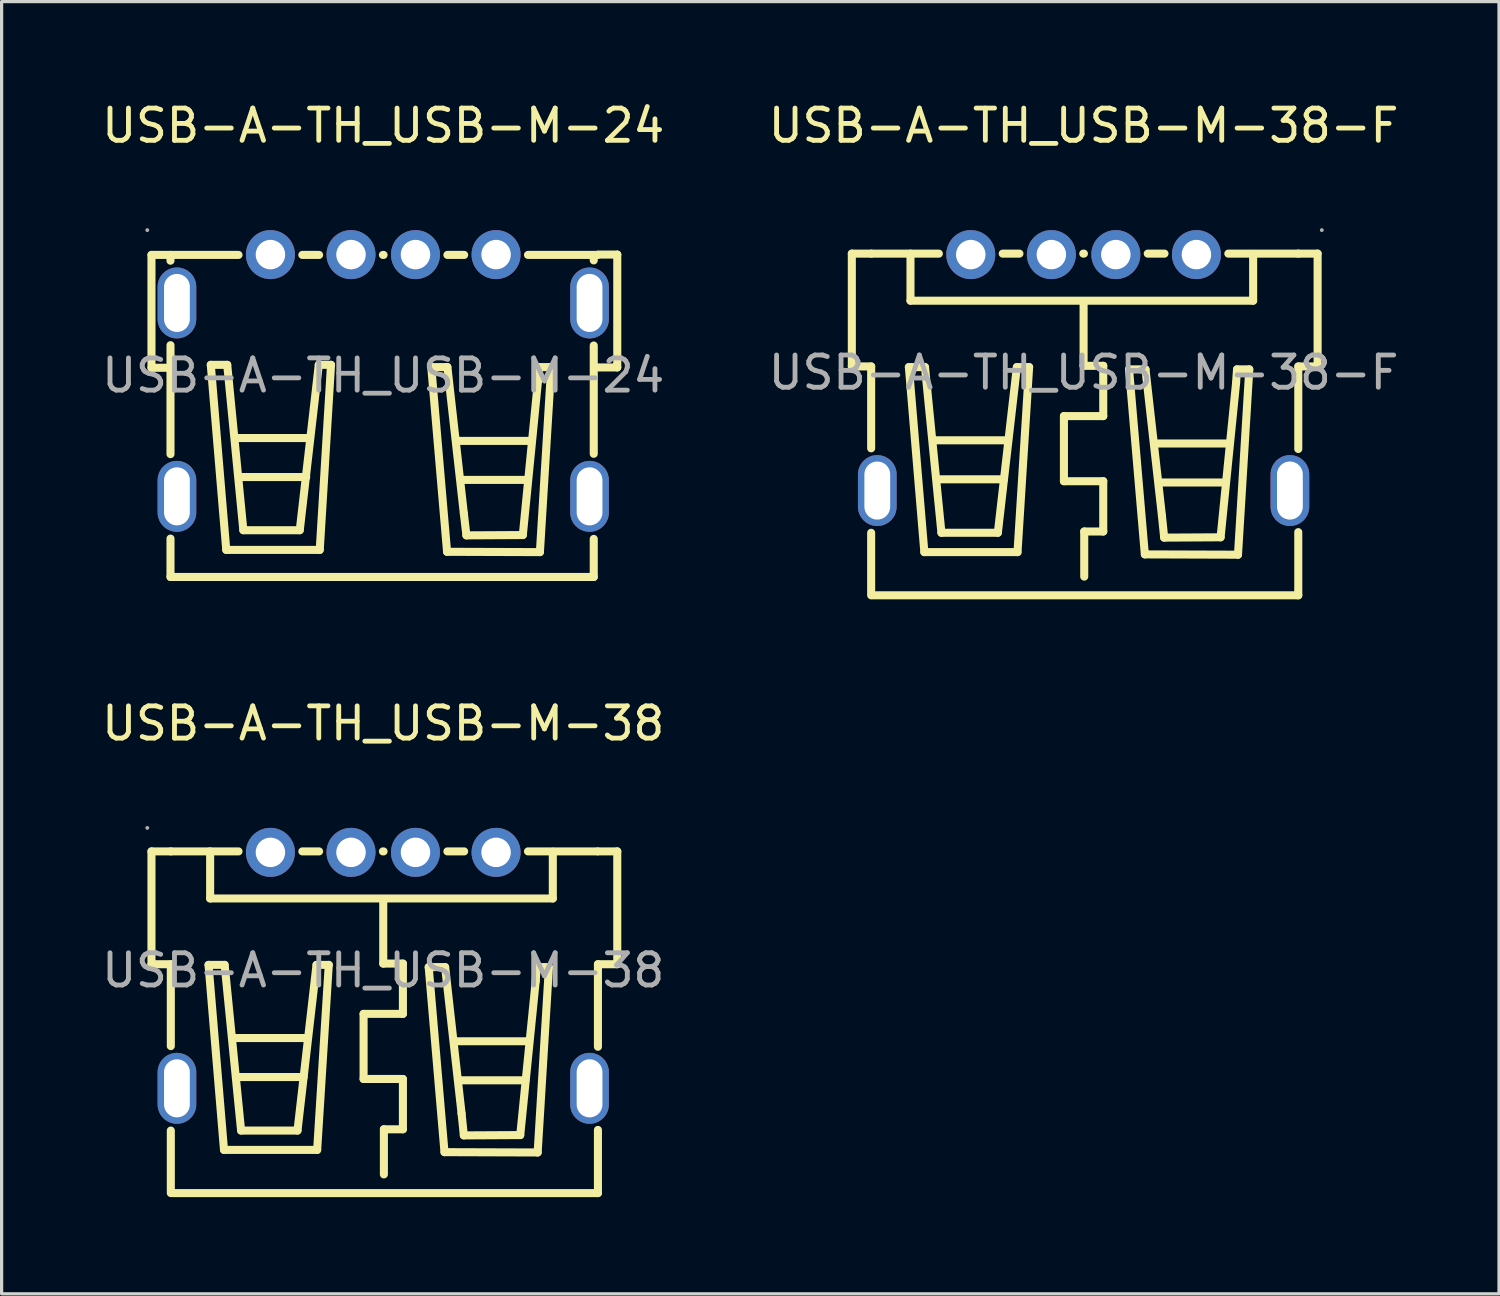
<source format=kicad_pcb>
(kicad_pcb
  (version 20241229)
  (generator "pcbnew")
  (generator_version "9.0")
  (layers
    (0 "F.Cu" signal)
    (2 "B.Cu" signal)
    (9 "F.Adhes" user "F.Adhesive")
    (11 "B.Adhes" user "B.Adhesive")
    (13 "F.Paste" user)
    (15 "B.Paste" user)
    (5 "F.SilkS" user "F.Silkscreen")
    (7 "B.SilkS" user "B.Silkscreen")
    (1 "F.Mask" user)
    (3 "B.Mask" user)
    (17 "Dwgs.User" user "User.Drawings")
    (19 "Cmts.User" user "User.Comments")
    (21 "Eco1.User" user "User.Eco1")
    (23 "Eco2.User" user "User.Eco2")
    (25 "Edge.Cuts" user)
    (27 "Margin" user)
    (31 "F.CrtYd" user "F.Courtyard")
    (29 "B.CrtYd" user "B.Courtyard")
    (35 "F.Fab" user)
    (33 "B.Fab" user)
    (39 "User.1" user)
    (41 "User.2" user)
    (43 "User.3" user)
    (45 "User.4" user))
  (footprint "USB-A-TH_USB-M-38-F"
    (layer "F.Cu")
    (at 30.565 8.508)
    (property "Reference" "USB-A-TH_USB-M-38-F" (at 0 -7.66 0) (layer "F.SilkS") (effects (font (size 1 1) (thickness 0.15))))
    (attr through_hole)
    (fp_line (start -7.19 -0.19) (end -7.19 -3.69) (stroke (width 0.25) (type solid)) (layer "F.SilkS"))
    (fp_line (start -6.59 -3.69) (end -7.19 -3.69) (stroke (width 0.25) (type solid)) (layer "F.SilkS"))
    (fp_line (start -6.59 -3.69) (end -4.49 -3.69) (stroke (width 0.25) (type solid)) (layer "F.SilkS"))
    (fp_line (start -6.59 -0.19) (end -7.19 -0.19) (stroke (width 0.25) (type solid)) (layer "F.SilkS"))
    (fp_line (start -6.59 -0.19) (end -6.59 2.35) (stroke (width 0.25) (type solid)) (layer "F.SilkS"))
    (fp_line (start -6.59 4.97) (end -6.59 6.91) (stroke (width 0.25) (type solid)) (layer "F.SilkS"))
    (fp_line (start -6.54 6.91) (end 6.66 6.91) (stroke (width 0.25) (type solid)) (layer "F.SilkS"))
    (fp_line (start -5.42 -0.17) (end -4.92 -0.17) (stroke (width 0.25) (type solid)) (layer "F.SilkS"))
    (fp_line (start -5.37 -3.66) (end -5.37 -3.69) (stroke (width 0.25) (type solid)) (layer "F.SilkS"))
    (fp_line (start -5.37 -2.23) (end -5.37 -3.66) (stroke (width 0.25) (type solid)) (layer "F.SilkS"))
    (fp_line (start -4.94 5.57) (end -5.42 -0.17) (stroke (width 0.25) (type solid)) (layer "F.SilkS"))
    (fp_line (start -4.92 -0.17) (end -4.41 4.97) (stroke (width 0.25) (type solid)) (layer "F.SilkS"))
    (fp_line (start -4.64 2.1) (end -2.38 2.1) (stroke (width 0.25) (type solid)) (layer "F.SilkS"))
    (fp_line (start -4.5 3.31) (end -2.47 3.31) (stroke (width 0.25) (type solid)) (layer "F.SilkS"))
    (fp_line (start -4.41 4.97) (end -2.66 4.97) (stroke (width 0.25) (type solid)) (layer "F.SilkS"))
    (fp_line (start -2.66 4.97) (end -2.07 -0.17) (stroke (width 0.25) (type solid)) (layer "F.SilkS"))
    (fp_line (start -2.51 -3.69) (end -1.99 -3.69) (stroke (width 0.25) (type solid)) (layer "F.SilkS"))
    (fp_line (start -2.07 -0.17) (end -1.69 -0.17) (stroke (width 0.25) (type solid)) (layer "F.SilkS"))
    (fp_line (start -2.05 5.57) (end -4.94 5.57) (stroke (width 0.25) (type solid)) (layer "F.SilkS"))
    (fp_line (start -1.69 -0.17) (end -2.05 5.57) (stroke (width 0.25) (type solid)) (layer "F.SilkS"))
    (fp_line (start -0.61 1.35) (end -0.61 3.37) (stroke (width 0.25) (type solid)) (layer "F.SilkS"))
    (fp_line (start -0.61 3.37) (end 0.61 3.37) (stroke (width 0.25) (type solid)) (layer "F.SilkS"))
    (fp_line (start -0.01 -3.69) (end 0.01 -3.69) (stroke (width 0.25) (type solid)) (layer "F.SilkS"))
    (fp_line (start 0 -2.21) (end 0 -0.21) (stroke (width 0.25) (type solid)) (layer "F.SilkS"))
    (fp_line (start 0 -0.21) (end 0.61 -0.21) (stroke (width 0.25) (type solid)) (layer "F.SilkS"))
    (fp_line (start 0.02 4.93) (end 0.02 6.33) (stroke (width 0.25) (type solid)) (layer "F.SilkS"))
    (fp_line (start 0.61 -0.21) (end 0.61 1.35) (stroke (width 0.25) (type solid)) (layer "F.SilkS"))
    (fp_line (start 0.61 1.35) (end -0.61 1.35) (stroke (width 0.25) (type solid)) (layer "F.SilkS"))
    (fp_line (start 0.61 3.37) (end 0.61 4.93) (stroke (width 0.25) (type solid)) (layer "F.SilkS"))
    (fp_line (start 0.61 4.93) (end 0.02 4.93) (stroke (width 0.25) (type solid)) (layer "F.SilkS"))
    (fp_line (start 1.41 -0.1) (end 1.92 -0.1) (stroke (width 0.25) (type solid)) (layer "F.SilkS"))
    (fp_line (start 1.9 5.64) (end 1.41 -0.1) (stroke (width 0.25) (type solid)) (layer "F.SilkS"))
    (fp_line (start 1.92 -0.1) (end 2.43 4.44) (stroke (width 0.25) (type solid)) (layer "F.SilkS"))
    (fp_line (start 1.99 -3.69) (end 2.51 -3.69) (stroke (width 0.25) (type solid)) (layer "F.SilkS"))
    (fp_line (start 2.24 2.2) (end 4.5 2.2) (stroke (width 0.25) (type solid)) (layer "F.SilkS"))
    (fp_line (start 2.38 3.41) (end 4.41 3.41) (stroke (width 0.25) (type solid)) (layer "F.SilkS"))
    (fp_line (start 2.43 4.44) (end 2.5 5.12) (stroke (width 0.25) (type solid)) (layer "F.SilkS"))
    (fp_line (start 2.5 5.12) (end 4.25 5.11) (stroke (width 0.25) (type solid)) (layer "F.SilkS"))
    (fp_line (start 4.25 5.11) (end 4.73 0.33) (stroke (width 0.25) (type solid)) (layer "F.SilkS"))
    (fp_line (start 4.49 -3.69) (end 6.66 -3.69) (stroke (width 0.25) (type solid)) (layer "F.SilkS"))
    (fp_line (start 4.73 0.33) (end 4.76 -0.1) (stroke (width 0.25) (type solid)) (layer "F.SilkS"))
    (fp_line (start 4.76 -0.1) (end 5.14 -0.1) (stroke (width 0.25) (type solid)) (layer "F.SilkS"))
    (fp_line (start 4.79 5.65) (end 1.9 5.64) (stroke (width 0.25) (type solid)) (layer "F.SilkS"))
    (fp_line (start 5.14 -0.1) (end 4.79 5.65) (stroke (width 0.25) (type solid)) (layer "F.SilkS"))
    (fp_line (start 5.26 -3.68) (end 5.26 -3.63) (stroke (width 0.25) (type solid)) (layer "F.SilkS"))
    (fp_line (start 5.26 -3.63) (end 5.26 -2.23) (stroke (width 0.25) (type solid)) (layer "F.SilkS"))
    (fp_line (start 5.26 -2.23) (end -5.37 -2.23) (stroke (width 0.25) (type solid)) (layer "F.SilkS"))
    (fp_line (start 6.66 -3.69) (end 7.26 -3.69) (stroke (width 0.25) (type solid)) (layer "F.SilkS"))
    (fp_line (start 6.66 -0.19) (end 6.66 2.37) (stroke (width 0.25) (type solid)) (layer "F.SilkS"))
    (fp_line (start 6.66 -0.19) (end 7.26 -0.19) (stroke (width 0.25) (type solid)) (layer "F.SilkS"))
    (fp_line (start 6.66 4.95) (end 6.66 6.91) (stroke (width 0.25) (type solid)) (layer "F.SilkS"))
    (fp_line (start 7.26 -3.69) (end 7.26 -0.19) (stroke (width 0.25) (type solid)) (layer "F.SilkS"))
    (fp_circle (center -3.5 -3.66) (end -3.32 -3.66) (stroke (width 0.36) (type solid)) (fill no) (layer "F.Fab"))
    (fp_circle (center -1 -3.66) (end -0.82 -3.66) (stroke (width 0.36) (type solid)) (fill no) (layer "F.Fab"))
    (fp_circle (center 1 -3.66) (end 1.18 -3.66) (stroke (width 0.36) (type solid)) (fill no) (layer "F.Fab"))
    (fp_circle (center 3.5 -3.66) (end 3.68 -3.66) (stroke (width 0.36) (type solid)) (fill no) (layer "F.Fab"))
    (fp_circle (center 7.39 -4.42) (end 7.42 -4.42) (stroke (width 0.06) (type solid)) (fill no) (layer "F.Fab"))
    (fp_text user "${REFERENCE}" (at 0 0 0) (layer "F.Fab") (effects (font (size 1 1) (thickness 0.15))))
    (pad "1" thru_hole circle (at 3.5 -3.66) (size 1.52 1.52) (drill 0.914) (layers "*.Cu" "*.Paste" "*.Mask"))
    (pad "2" thru_hole circle (at 1 -3.66) (size 1.52 1.52) (drill 0.914) (layers "*.Cu" "*.Paste" "*.Mask"))
    (pad "3" thru_hole circle (at -1 -3.66) (size 1.52 1.52) (drill 0.914) (layers "*.Cu" "*.Paste" "*.Mask"))
    (pad "4" thru_hole circle (at -3.5 -3.66) (size 1.52 1.52) (drill 0.914) (layers "*.Cu" "*.Paste" "*.Mask"))
    (pad "5" thru_hole oval (at -6.4 3.66 270) (size 2.2 1.2) (drill oval 1.801 0.8) (layers "*.Cu" "*.Paste" "*.Mask"))
    (pad "6" thru_hole oval (at 6.4 3.66 90) (size 2.2 1.2) (drill oval 1.801 0.8) (layers "*.Cu" "*.Paste" "*.Mask")))
  (footprint "USB-A-TH_USB-M-24"
    (layer "F.Cu")
    (at 8.839 8.598)
    (property "Reference" "USB-A-TH_USB-M-24" (at 0 -7.75 0) (layer "F.SilkS") (effects (font (size 1 1) (thickness 0.15))))
    (attr through_hole)
    (fp_line (start -7.19 -0.24) (end -7.19 -3.74) (stroke (width 0.25) (type solid)) (layer "F.SilkS"))
    (fp_line (start -6.6 -3.56) (end -6.6 -3.74) (stroke (width 0.25) (type solid)) (layer "F.SilkS"))
    (fp_line (start -6.6 2.44) (end -6.6 -0.94) (stroke (width 0.25) (type solid)) (layer "F.SilkS"))
    (fp_line (start -6.6 6.25) (end -6.6 5.06) (stroke (width 0.25) (type solid)) (layer "F.SilkS"))
    (fp_line (start -6.6 6.25) (end 6.53 6.25) (stroke (width 0.25) (type solid)) (layer "F.SilkS"))
    (fp_line (start -6.59 -3.74) (end -7.19 -3.74) (stroke (width 0.25) (type solid)) (layer "F.SilkS"))
    (fp_line (start -6.59 -3.74) (end -4.49 -3.74) (stroke (width 0.25) (type solid)) (layer "F.SilkS"))
    (fp_line (start -6.59 -0.24) (end -7.19 -0.24) (stroke (width 0.25) (type solid)) (layer "F.SilkS"))
    (fp_line (start -5.35 -0.33) (end -4.84 -0.33) (stroke (width 0.25) (type solid)) (layer "F.SilkS"))
    (fp_line (start -4.87 5.41) (end -5.35 -0.33) (stroke (width 0.25) (type solid)) (layer "F.SilkS"))
    (fp_line (start -4.84 -0.33) (end -4.34 4.8) (stroke (width 0.25) (type solid)) (layer "F.SilkS"))
    (fp_line (start -4.56 1.94) (end -2.3 1.94) (stroke (width 0.25) (type solid)) (layer "F.SilkS"))
    (fp_line (start -4.42 3.15) (end -2.39 3.15) (stroke (width 0.25) (type solid)) (layer "F.SilkS"))
    (fp_line (start -4.34 4.8) (end -2.59 4.8) (stroke (width 0.25) (type solid)) (layer "F.SilkS"))
    (fp_line (start -2.59 4.8) (end -2 -0.33) (stroke (width 0.25) (type solid)) (layer "F.SilkS"))
    (fp_line (start -2.51 -3.74) (end -1.99 -3.74) (stroke (width 0.25) (type solid)) (layer "F.SilkS"))
    (fp_line (start -2 -0.33) (end -1.62 -0.33) (stroke (width 0.25) (type solid)) (layer "F.SilkS"))
    (fp_line (start -1.97 5.41) (end -4.87 5.41) (stroke (width 0.25) (type solid)) (layer "F.SilkS"))
    (fp_line (start -1.62 -0.33) (end -1.97 5.41) (stroke (width 0.25) (type solid)) (layer "F.SilkS"))
    (fp_line (start -0.01 -3.74) (end 0.01 -3.74) (stroke (width 0.25) (type solid)) (layer "F.SilkS"))
    (fp_line (start 1.49 -0.26) (end 1.99 -0.26) (stroke (width 0.25) (type solid)) (layer "F.SilkS"))
    (fp_line (start 1.98 5.47) (end 1.49 -0.26) (stroke (width 0.25) (type solid)) (layer "F.SilkS"))
    (fp_line (start 1.99 -3.74) (end 2.51 -3.74) (stroke (width 0.25) (type solid)) (layer "F.SilkS"))
    (fp_line (start 1.99 -0.26) (end 2.5 4.28) (stroke (width 0.25) (type solid)) (layer "F.SilkS"))
    (fp_line (start 2.32 2.03) (end 4.58 2.03) (stroke (width 0.25) (type solid)) (layer "F.SilkS"))
    (fp_line (start 2.46 3.24) (end 4.49 3.24) (stroke (width 0.25) (type solid)) (layer "F.SilkS"))
    (fp_line (start 2.5 4.28) (end 2.58 4.96) (stroke (width 0.25) (type solid)) (layer "F.SilkS"))
    (fp_line (start 2.58 4.96) (end 4.33 4.95) (stroke (width 0.25) (type solid)) (layer "F.SilkS"))
    (fp_line (start 4.33 4.95) (end 4.8 0.17) (stroke (width 0.25) (type solid)) (layer "F.SilkS"))
    (fp_line (start 4.49 -3.74) (end 6.65 -3.74) (stroke (width 0.25) (type solid)) (layer "F.SilkS"))
    (fp_line (start 4.8 0.17) (end 4.83 -0.26) (stroke (width 0.25) (type solid)) (layer "F.SilkS"))
    (fp_line (start 4.83 -0.26) (end 5.21 -0.26) (stroke (width 0.25) (type solid)) (layer "F.SilkS"))
    (fp_line (start 4.86 5.48) (end 1.98 5.47) (stroke (width 0.25) (type solid)) (layer "F.SilkS"))
    (fp_line (start 5.21 -0.26) (end 4.86 5.48) (stroke (width 0.25) (type solid)) (layer "F.SilkS"))
    (fp_line (start 6.53 -3.57) (end 6.53 -3.74) (stroke (width 0.25) (type solid)) (layer "F.SilkS"))
    (fp_line (start 6.53 2.43) (end 6.53 -0.93) (stroke (width 0.25) (type solid)) (layer "F.SilkS"))
    (fp_line (start 6.53 6.25) (end 6.53 5.07) (stroke (width 0.25) (type solid)) (layer "F.SilkS"))
    (fp_line (start 6.66 -3.75) (end 7.26 -3.75) (stroke (width 0.25) (type solid)) (layer "F.SilkS"))
    (fp_line (start 6.66 -0.25) (end 7.26 -0.25) (stroke (width 0.25) (type solid)) (layer "F.SilkS"))
    (fp_line (start 7.26 -3.75) (end 7.26 -0.25) (stroke (width 0.25) (type solid)) (layer "F.SilkS"))
    (fp_circle (center -7.32 -4.51) (end -7.29 -4.51) (stroke (width 0.06) (type solid)) (fill no) (layer "F.Fab"))
    (fp_circle (center -3.5 -3.75) (end -3.32 -3.75) (stroke (width 0.36) (type solid)) (fill no) (layer "F.Fab"))
    (fp_circle (center -1 -3.75) (end -0.82 -3.75) (stroke (width 0.36) (type solid)) (fill no) (layer "F.Fab"))
    (fp_circle (center 1 -3.75) (end 1.18 -3.75) (stroke (width 0.36) (type solid)) (fill no) (layer "F.Fab"))
    (fp_circle (center 3.5 -3.75) (end 3.68 -3.75) (stroke (width 0.36) (type solid)) (fill no) (layer "F.Fab"))
    (fp_text user "${REFERENCE}" (at 0 0 0) (layer "F.Fab") (effects (font (size 1 1) (thickness 0.15))))
    (pad "1" thru_hole circle (at -3.5 -3.75) (size 1.52 1.52) (drill 0.914) (layers "*.Cu" "*.Paste" "*.Mask"))
    (pad "2" thru_hole circle (at -1 -3.75) (size 1.52 1.52) (drill 0.914) (layers "*.Cu" "*.Paste" "*.Mask"))
    (pad "3" thru_hole circle (at 1 -3.75) (size 1.52 1.52) (drill 0.914) (layers "*.Cu" "*.Paste" "*.Mask"))
    (pad "4" thru_hole circle (at 3.5 -3.75) (size 1.52 1.52) (drill 0.914) (layers "*.Cu" "*.Paste" "*.Mask"))
    (pad "5" thru_hole oval (at -6.4 -2.25 270) (size 2.2 1.2) (drill oval 1.8 0.8) (layers "*.Cu" "*.Paste" "*.Mask"))
    (pad "6" thru_hole oval (at 6.4 -2.25 90) (size 2.2 1.2) (drill oval 1.8 0.8) (layers "*.Cu" "*.Paste" "*.Mask"))
    (pad "7" thru_hole oval (at -6.4 3.75 90) (size 2.2 1.2) (drill oval 1.8 0.8) (layers "*.Cu" "*.Paste" "*.Mask"))
    (pad "8" thru_hole oval (at 6.4 3.75 90) (size 2.2 1.2) (drill oval 1.8 0.8) (layers "*.Cu" "*.Paste" "*.Mask")))
  (footprint "USB-A-TH_USB-M-38"
    (layer "F.Cu")
    (at 8.839 27.052)
    (property "Reference" "USB-A-TH_USB-M-38" (at 0 -7.66 0) (layer "F.SilkS") (effects (font (size 1 1) (thickness 0.15))))
    (attr through_hole)
    (fp_line (start -7.19 -0.19) (end -7.19 -3.69) (stroke (width 0.25) (type solid)) (layer "F.SilkS"))
    (fp_line (start -6.59 -3.69) (end -7.19 -3.69) (stroke (width 0.25) (type solid)) (layer "F.SilkS"))
    (fp_line (start -6.59 -3.69) (end -4.49 -3.69) (stroke (width 0.25) (type solid)) (layer "F.SilkS"))
    (fp_line (start -6.59 -0.19) (end -7.19 -0.19) (stroke (width 0.25) (type solid)) (layer "F.SilkS"))
    (fp_line (start -6.59 -0.19) (end -6.59 2.35) (stroke (width 0.25) (type solid)) (layer "F.SilkS"))
    (fp_line (start -6.59 4.97) (end -6.59 6.91) (stroke (width 0.25) (type solid)) (layer "F.SilkS"))
    (fp_line (start -6.54 6.91) (end 6.66 6.91) (stroke (width 0.25) (type solid)) (layer "F.SilkS"))
    (fp_line (start -5.42 -0.17) (end -4.92 -0.17) (stroke (width 0.25) (type solid)) (layer "F.SilkS"))
    (fp_line (start -5.37 -3.66) (end -5.37 -3.69) (stroke (width 0.25) (type solid)) (layer "F.SilkS"))
    (fp_line (start -5.37 -2.23) (end -5.37 -3.66) (stroke (width 0.25) (type solid)) (layer "F.SilkS"))
    (fp_line (start -4.94 5.57) (end -5.42 -0.17) (stroke (width 0.25) (type solid)) (layer "F.SilkS"))
    (fp_line (start -4.92 -0.17) (end -4.41 4.97) (stroke (width 0.25) (type solid)) (layer "F.SilkS"))
    (fp_line (start -4.64 2.1) (end -2.38 2.1) (stroke (width 0.25) (type solid)) (layer "F.SilkS"))
    (fp_line (start -4.5 3.31) (end -2.47 3.31) (stroke (width 0.25) (type solid)) (layer "F.SilkS"))
    (fp_line (start -4.41 4.97) (end -2.66 4.97) (stroke (width 0.25) (type solid)) (layer "F.SilkS"))
    (fp_line (start -2.66 4.97) (end -2.07 -0.17) (stroke (width 0.25) (type solid)) (layer "F.SilkS"))
    (fp_line (start -2.51 -3.69) (end -1.99 -3.69) (stroke (width 0.25) (type solid)) (layer "F.SilkS"))
    (fp_line (start -2.07 -0.17) (end -1.69 -0.17) (stroke (width 0.25) (type solid)) (layer "F.SilkS"))
    (fp_line (start -2.05 5.57) (end -4.94 5.57) (stroke (width 0.25) (type solid)) (layer "F.SilkS"))
    (fp_line (start -1.69 -0.17) (end -2.05 5.57) (stroke (width 0.25) (type solid)) (layer "F.SilkS"))
    (fp_line (start -0.61 1.35) (end -0.61 3.37) (stroke (width 0.25) (type solid)) (layer "F.SilkS"))
    (fp_line (start -0.61 3.37) (end 0.61 3.37) (stroke (width 0.25) (type solid)) (layer "F.SilkS"))
    (fp_line (start -0.01 -3.69) (end 0.01 -3.69) (stroke (width 0.25) (type solid)) (layer "F.SilkS"))
    (fp_line (start 0 -2.21) (end 0 -0.21) (stroke (width 0.25) (type solid)) (layer "F.SilkS"))
    (fp_line (start 0 -0.21) (end 0.61 -0.21) (stroke (width 0.25) (type solid)) (layer "F.SilkS"))
    (fp_line (start 0.02 4.93) (end 0.02 6.33) (stroke (width 0.25) (type solid)) (layer "F.SilkS"))
    (fp_line (start 0.61 -0.21) (end 0.61 1.35) (stroke (width 0.25) (type solid)) (layer "F.SilkS"))
    (fp_line (start 0.61 1.35) (end -0.61 1.35) (stroke (width 0.25) (type solid)) (layer "F.SilkS"))
    (fp_line (start 0.61 3.37) (end 0.61 4.93) (stroke (width 0.25) (type solid)) (layer "F.SilkS"))
    (fp_line (start 0.61 4.93) (end 0.02 4.93) (stroke (width 0.25) (type solid)) (layer "F.SilkS"))
    (fp_line (start 1.41 -0.1) (end 1.92 -0.1) (stroke (width 0.25) (type solid)) (layer "F.SilkS"))
    (fp_line (start 1.9 5.64) (end 1.41 -0.1) (stroke (width 0.25) (type solid)) (layer "F.SilkS"))
    (fp_line (start 1.92 -0.1) (end 2.43 4.44) (stroke (width 0.25) (type solid)) (layer "F.SilkS"))
    (fp_line (start 1.99 -3.69) (end 2.51 -3.69) (stroke (width 0.25) (type solid)) (layer "F.SilkS"))
    (fp_line (start 2.24 2.2) (end 4.5 2.2) (stroke (width 0.25) (type solid)) (layer "F.SilkS"))
    (fp_line (start 2.38 3.41) (end 4.41 3.41) (stroke (width 0.25) (type solid)) (layer "F.SilkS"))
    (fp_line (start 2.43 4.44) (end 2.5 5.12) (stroke (width 0.25) (type solid)) (layer "F.SilkS"))
    (fp_line (start 2.5 5.12) (end 4.25 5.11) (stroke (width 0.25) (type solid)) (layer "F.SilkS"))
    (fp_line (start 4.25 5.11) (end 4.73 0.33) (stroke (width 0.25) (type solid)) (layer "F.SilkS"))
    (fp_line (start 4.49 -3.69) (end 6.64 -3.69) (stroke (width 0.25) (type solid)) (layer "F.SilkS"))
    (fp_line (start 4.73 0.33) (end 4.76 -0.1) (stroke (width 0.25) (type solid)) (layer "F.SilkS"))
    (fp_line (start 4.76 -0.1) (end 5.14 -0.1) (stroke (width 0.25) (type solid)) (layer "F.SilkS"))
    (fp_line (start 4.79 5.65) (end 1.9 5.64) (stroke (width 0.25) (type solid)) (layer "F.SilkS"))
    (fp_line (start 5.14 -0.1) (end 4.79 5.65) (stroke (width 0.25) (type solid)) (layer "F.SilkS"))
    (fp_line (start 5.26 -3.68) (end 5.26 -3.63) (stroke (width 0.25) (type solid)) (layer "F.SilkS"))
    (fp_line (start 5.26 -3.63) (end 5.26 -2.23) (stroke (width 0.25) (type solid)) (layer "F.SilkS"))
    (fp_line (start 5.26 -2.23) (end -5.37 -2.23) (stroke (width 0.25) (type solid)) (layer "F.SilkS"))
    (fp_line (start 6.66 -3.69) (end 7.26 -3.69) (stroke (width 0.25) (type solid)) (layer "F.SilkS"))
    (fp_line (start 6.66 -0.19) (end 7.26 -0.19) (stroke (width 0.25) (type solid)) (layer "F.SilkS"))
    (fp_line (start 6.66 2.37) (end 6.66 -0.19) (stroke (width 0.25) (type solid)) (layer "F.SilkS"))
    (fp_line (start 6.66 6.91) (end 6.66 4.95) (stroke (width 0.25) (type solid)) (layer "F.SilkS"))
    (fp_line (start 7.26 -3.69) (end 7.26 -0.19) (stroke (width 0.25) (type solid)) (layer "F.SilkS"))
    (fp_circle (center -7.32 -4.42) (end -7.29 -4.42) (stroke (width 0.06) (type solid)) (fill no) (layer "F.Fab"))
    (fp_circle (center -3.5 -3.66) (end -3.32 -3.66) (stroke (width 0.36) (type solid)) (fill no) (layer "F.Fab"))
    (fp_circle (center -1 -3.66) (end -0.82 -3.66) (stroke (width 0.36) (type solid)) (fill no) (layer "F.Fab"))
    (fp_circle (center 1 -3.66) (end 1.18 -3.66) (stroke (width 0.36) (type solid)) (fill no) (layer "F.Fab"))
    (fp_circle (center 3.5 -3.66) (end 3.68 -3.66) (stroke (width 0.36) (type solid)) (fill no) (layer "F.Fab"))
    (fp_text user "${REFERENCE}" (at 0 0 0) (layer "F.Fab") (effects (font (size 1 1) (thickness 0.15))))
    (pad "1" thru_hole circle (at -3.5 -3.66) (size 1.52 1.52) (drill 0.914) (layers "*.Cu" "*.Paste" "*.Mask"))
    (pad "2" thru_hole circle (at -1 -3.66) (size 1.52 1.52) (drill 0.914) (layers "*.Cu" "*.Paste" "*.Mask"))
    (pad "3" thru_hole circle (at 1 -3.66) (size 1.52 1.52) (drill 0.914) (layers "*.Cu" "*.Paste" "*.Mask"))
    (pad "4" thru_hole circle (at 3.5 -3.66) (size 1.52 1.52) (drill 0.914) (layers "*.Cu" "*.Paste" "*.Mask"))
    (pad "5" thru_hole oval (at 6.4 3.66 90) (size 2.2 1.2) (drill oval 1.801 0.8) (layers "*.Cu" "*.Paste" "*.Mask"))
    (pad "6" thru_hole oval (at -6.4 3.66 270) (size 2.2 1.2) (drill oval 1.801 0.8) (layers "*.Cu" "*.Paste" "*.Mask")))
  (gr_rect
    (start -3 -3)
    (end 43.452 37.087)
    (stroke (width 0.1) (type default))
    (fill no)
    (layer "Edge.Cuts")))
</source>
